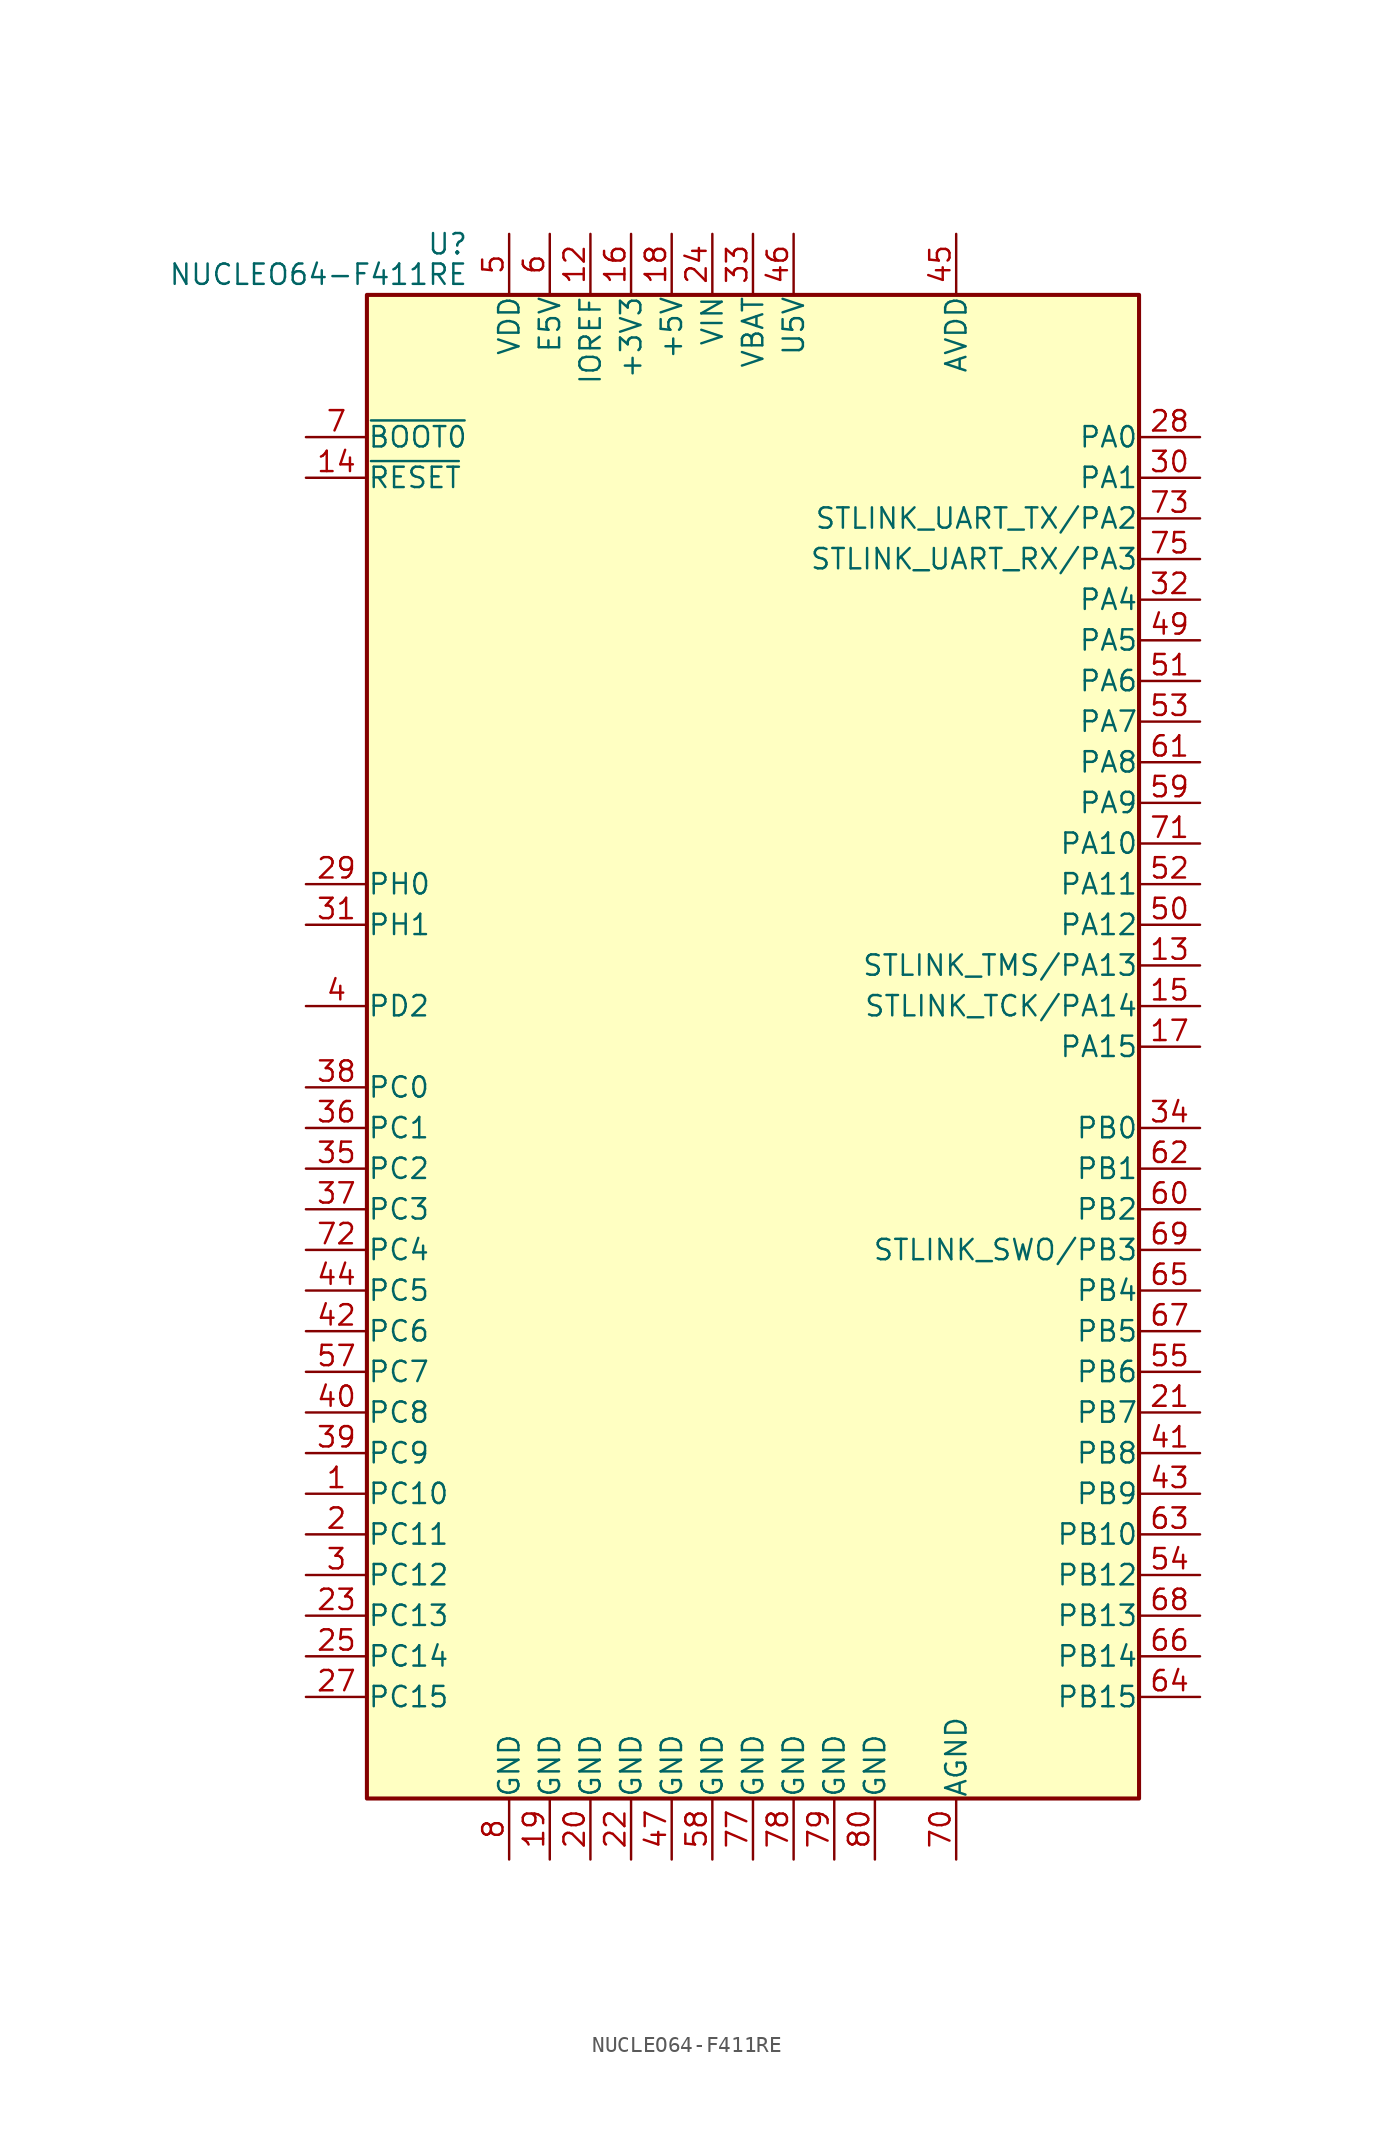
<source format=kicad_sym>
(kicad_symbol_lib
  (version 20201005)
  (generator kicad_symbol_editor)
  (symbol "NUCLEO64-F411RE"
    (pin_names
      (offset 0.025))
    (property "Reference" "U"
      (at -17.78 50.165 0)
      (effects (font (size 1.27 1.27)) (justify right)))
    (property "Value" "NUCLEO64-F411RE"
      (at -17.78 48.26 0)
      (effects (font (size 1.27 1.27)) (justify right)))
    (symbol "NUCLEO64-F411RE_0_1"
      (rectangle (start -24.13 -46.99) (end 24.13 46.99) (stroke (width 0.254)) (fill (type background))))
    (symbol "NUCLEO64-F411RE_1_1"
      (pin bidirectional line (at -27.94 -27.94 0) (length 3.81) (name "PC10" (effects (font (size 1.27 1.27)))) (number "1" (effects (font (size 1.27 1.27)))))
      (pin no_connect line (at -27.94 20.32 0) (length 3.81) hide (name "NC" (effects (font (size 1.27 1.27)))) (number "10" (effects (font (size 1.27 1.27)))))
      (pin no_connect line (at -27.94 15.24 0) (length 3.81) hide (name "NC" (effects (font (size 1.27 1.27)))) (number "11" (effects (font (size 1.27 1.27)))))
      (pin power_in line (at -10.16 50.8 270) (length 3.81) (name "IOREF" (effects (font (size 1.27 1.27)))) (number "12" (effects (font (size 1.27 1.27)))))
      (pin bidirectional line (at 27.94 5.08 180) (length 3.81) (name "STLINK_TMS/PA13" (effects (font (size 1.27 1.27)))) (number "13" (effects (font (size 1.27 1.27)))))
      (pin input line (at -27.94 35.56 0) (length 3.81) (name "~RESET" (effects (font (size 1.27 1.27)))) (number "14" (effects (font (size 1.27 1.27)))))
      (pin bidirectional line (at 27.94 2.54 180) (length 3.81) (name "STLINK_TCK/PA14" (effects (font (size 1.27 1.27)))) (number "15" (effects (font (size 1.27 1.27)))))
      (pin power_in line (at -7.62 50.8 270) (length 3.81) (name "+3V3" (effects (font (size 1.27 1.27)))) (number "16" (effects (font (size 1.27 1.27)))))
      (pin bidirectional line (at 27.94 0 180) (length 3.81) (name "PA15" (effects (font (size 1.27 1.27)))) (number "17" (effects (font (size 1.27 1.27)))))
      (pin power_in line (at -5.08 50.8 270) (length 3.81) (name "+5V" (effects (font (size 1.27 1.27)))) (number "18" (effects (font (size 1.27 1.27)))))
      (pin power_in line (at -12.7 -50.8 90) (length 3.81) (name "GND" (effects (font (size 1.27 1.27)))) (number "19" (effects (font (size 1.27 1.27)))))
      (pin bidirectional line (at -27.94 -30.48 0) (length 3.81) (name "PC11" (effects (font (size 1.27 1.27)))) (number "2" (effects (font (size 1.27 1.27)))))
      (pin power_in line (at -10.16 -50.8 90) (length 3.81) (name "GND" (effects (font (size 1.27 1.27)))) (number "20" (effects (font (size 1.27 1.27)))))
      (pin bidirectional line (at 27.94 -22.86 180) (length 3.81) (name "PB7" (effects (font (size 1.27 1.27)))) (number "21" (effects (font (size 1.27 1.27)))))
      (pin power_in line (at -7.62 -50.8 90) (length 3.81) (name "GND" (effects (font (size 1.27 1.27)))) (number "22" (effects (font (size 1.27 1.27)))))
      (pin bidirectional line (at -27.94 -35.56 0) (length 3.81) (name "PC13" (effects (font (size 1.27 1.27)))) (number "23" (effects (font (size 1.27 1.27)))))
      (pin power_in line (at -2.54 50.8 270) (length 3.81) (name "VIN" (effects (font (size 1.27 1.27)))) (number "24" (effects (font (size 1.27 1.27)))))
      (pin bidirectional line (at -27.94 -38.1 0) (length 3.81) (name "PC14" (effects (font (size 1.27 1.27)))) (number "25" (effects (font (size 1.27 1.27)))))
      (pin no_connect line (at -27.94 22.86 0) (length 3.81) hide (name "NC" (effects (font (size 1.27 1.27)))) (number "26" (effects (font (size 1.27 1.27)))))
      (pin bidirectional line (at -27.94 -40.64 0) (length 3.81) (name "PC15" (effects (font (size 1.27 1.27)))) (number "27" (effects (font (size 1.27 1.27)))))
      (pin bidirectional line (at 27.94 38.1 180) (length 3.81) (name "PA0" (effects (font (size 1.27 1.27)))) (number "28" (effects (font (size 1.27 1.27)))))
      (pin bidirectional line (at -27.94 10.16 0) (length 3.81) (name "PH0" (effects (font (size 1.27 1.27)))) (number "29" (effects (font (size 1.27 1.27)))))
      (pin bidirectional line (at -27.94 -33.02 0) (length 3.81) (name "PC12" (effects (font (size 1.27 1.27)))) (number "3" (effects (font (size 1.27 1.27)))))
      (pin bidirectional line (at 27.94 35.56 180) (length 3.81) (name "PA1" (effects (font (size 1.27 1.27)))) (number "30" (effects (font (size 1.27 1.27)))))
      (pin bidirectional line (at -27.94 7.62 0) (length 3.81) (name "PH1" (effects (font (size 1.27 1.27)))) (number "31" (effects (font (size 1.27 1.27)))))
      (pin bidirectional line (at 27.94 27.94 180) (length 3.81) (name "PA4" (effects (font (size 1.27 1.27)))) (number "32" (effects (font (size 1.27 1.27)))))
      (pin power_in line (at 0 50.8 270) (length 3.81) (name "VBAT" (effects (font (size 1.27 1.27)))) (number "33" (effects (font (size 1.27 1.27)))))
      (pin bidirectional line (at 27.94 -5.08 180) (length 3.81) (name "PB0" (effects (font (size 1.27 1.27)))) (number "34" (effects (font (size 1.27 1.27)))))
      (pin bidirectional line (at -27.94 -7.62 0) (length 3.81) (name "PC2" (effects (font (size 1.27 1.27)))) (number "35" (effects (font (size 1.27 1.27)))))
      (pin bidirectional line (at -27.94 -5.08 0) (length 3.81) (name "PC1" (effects (font (size 1.27 1.27)))) (number "36" (effects (font (size 1.27 1.27)))))
      (pin bidirectional line (at -27.94 -10.16 0) (length 3.81) (name "PC3" (effects (font (size 1.27 1.27)))) (number "37" (effects (font (size 1.27 1.27)))))
      (pin bidirectional line (at -27.94 -2.54 0) (length 3.81) (name "PC0" (effects (font (size 1.27 1.27)))) (number "38" (effects (font (size 1.27 1.27)))))
      (pin bidirectional line (at -27.94 -25.4 0) (length 3.81) (name "PC9" (effects (font (size 1.27 1.27)))) (number "39" (effects (font (size 1.27 1.27)))))
      (pin bidirectional line (at -27.94 2.54 0) (length 3.81) (name "PD2" (effects (font (size 1.27 1.27)))) (number "4" (effects (font (size 1.27 1.27)))))
      (pin bidirectional line (at -27.94 -22.86 0) (length 3.81) (name "PC8" (effects (font (size 1.27 1.27)))) (number "40" (effects (font (size 1.27 1.27)))))
      (pin bidirectional line (at 27.94 -25.4 180) (length 3.81) (name "PB8" (effects (font (size 1.27 1.27)))) (number "41" (effects (font (size 1.27 1.27)))))
      (pin bidirectional line (at -27.94 -17.78 0) (length 3.81) (name "PC6" (effects (font (size 1.27 1.27)))) (number "42" (effects (font (size 1.27 1.27)))))
      (pin bidirectional line (at 27.94 -27.94 180) (length 3.81) (name "PB9" (effects (font (size 1.27 1.27)))) (number "43" (effects (font (size 1.27 1.27)))))
      (pin bidirectional line (at -27.94 -15.24 0) (length 3.81) (name "PC5" (effects (font (size 1.27 1.27)))) (number "44" (effects (font (size 1.27 1.27)))))
      (pin power_in line (at 12.7 50.8 270) (length 3.81) (name "AVDD" (effects (font (size 1.27 1.27)))) (number "45" (effects (font (size 1.27 1.27)))))
      (pin power_in line (at 2.54 50.8 270) (length 3.81) (name "U5V" (effects (font (size 1.27 1.27)))) (number "46" (effects (font (size 1.27 1.27)))))
      (pin power_in line (at -5.08 -50.8 90) (length 3.81) (name "GND" (effects (font (size 1.27 1.27)))) (number "47" (effects (font (size 1.27 1.27)))))
      (pin no_connect line (at -27.94 25.4 0) (length 3.81) hide (name "NC" (effects (font (size 1.27 1.27)))) (number "48" (effects (font (size 1.27 1.27)))))
      (pin bidirectional line (at 27.94 25.4 180) (length 3.81) (name "PA5" (effects (font (size 1.27 1.27)))) (number "49" (effects (font (size 1.27 1.27)))))
      (pin power_in line (at -15.24 50.8 270) (length 3.81) (name "VDD" (effects (font (size 1.27 1.27)))) (number "5" (effects (font (size 1.27 1.27)))))
      (pin bidirectional line (at 27.94 7.62 180) (length 3.81) (name "PA12" (effects (font (size 1.27 1.27)))) (number "50" (effects (font (size 1.27 1.27)))))
      (pin bidirectional line (at 27.94 22.86 180) (length 3.81) (name "PA6" (effects (font (size 1.27 1.27)))) (number "51" (effects (font (size 1.27 1.27)))))
      (pin bidirectional line (at 27.94 10.16 180) (length 3.81) (name "PA11" (effects (font (size 1.27 1.27)))) (number "52" (effects (font (size 1.27 1.27)))))
      (pin bidirectional line (at 27.94 20.32 180) (length 3.81) (name "PA7" (effects (font (size 1.27 1.27)))) (number "53" (effects (font (size 1.27 1.27)))))
      (pin bidirectional line (at 27.94 -33.02 180) (length 3.81) (name "PB12" (effects (font (size 1.27 1.27)))) (number "54" (effects (font (size 1.27 1.27)))))
      (pin bidirectional line (at 27.94 -20.32 180) (length 3.81) (name "PB6" (effects (font (size 1.27 1.27)))) (number "55" (effects (font (size 1.27 1.27)))))
      (pin no_connect line (at -27.94 33.02 0) (length 3.81) hide (name "NC" (effects (font (size 1.27 1.27)))) (number "56" (effects (font (size 1.27 1.27)))))
      (pin bidirectional line (at -27.94 -20.32 0) (length 3.81) (name "PC7" (effects (font (size 1.27 1.27)))) (number "57" (effects (font (size 1.27 1.27)))))
      (pin power_in line (at -2.54 -50.8 90) (length 3.81) (name "GND" (effects (font (size 1.27 1.27)))) (number "58" (effects (font (size 1.27 1.27)))))
      (pin bidirectional line (at 27.94 15.24 180) (length 3.81) (name "PA9" (effects (font (size 1.27 1.27)))) (number "59" (effects (font (size 1.27 1.27)))))
      (pin power_in line (at -12.7 50.8 270) (length 3.81) (name "E5V" (effects (font (size 1.27 1.27)))) (number "6" (effects (font (size 1.27 1.27)))))
      (pin bidirectional line (at 27.94 -10.16 180) (length 3.81) (name "PB2" (effects (font (size 1.27 1.27)))) (number "60" (effects (font (size 1.27 1.27)))))
      (pin bidirectional line (at 27.94 17.78 180) (length 3.81) (name "PA8" (effects (font (size 1.27 1.27)))) (number "61" (effects (font (size 1.27 1.27)))))
      (pin bidirectional line (at 27.94 -7.62 180) (length 3.81) (name "PB1" (effects (font (size 1.27 1.27)))) (number "62" (effects (font (size 1.27 1.27)))))
      (pin bidirectional line (at 27.94 -30.48 180) (length 3.81) (name "PB10" (effects (font (size 1.27 1.27)))) (number "63" (effects (font (size 1.27 1.27)))))
      (pin bidirectional line (at 27.94 -40.64 180) (length 3.81) (name "PB15" (effects (font (size 1.27 1.27)))) (number "64" (effects (font (size 1.27 1.27)))))
      (pin bidirectional line (at 27.94 -15.24 180) (length 3.81) (name "PB4" (effects (font (size 1.27 1.27)))) (number "65" (effects (font (size 1.27 1.27)))))
      (pin bidirectional line (at 27.94 -38.1 180) (length 3.81) (name "PB14" (effects (font (size 1.27 1.27)))) (number "66" (effects (font (size 1.27 1.27)))))
      (pin bidirectional line (at 27.94 -17.78 180) (length 3.81) (name "PB5" (effects (font (size 1.27 1.27)))) (number "67" (effects (font (size 1.27 1.27)))))
      (pin bidirectional line (at 27.94 -35.56 180) (length 3.81) (name "PB13" (effects (font (size 1.27 1.27)))) (number "68" (effects (font (size 1.27 1.27)))))
      (pin bidirectional line (at 27.94 -12.7 180) (length 3.81) (name "STLINK_SWO/PB3" (effects (font (size 1.27 1.27)))) (number "69" (effects (font (size 1.27 1.27)))))
      (pin input line (at -27.94 38.1 0) (length 3.81) (name "~BOOT0" (effects (font (size 1.27 1.27)))) (number "7" (effects (font (size 1.27 1.27)))))
      (pin power_in line (at 12.7 -50.8 90) (length 3.81) (name "AGND" (effects (font (size 1.27 1.27)))) (number "70" (effects (font (size 1.27 1.27)))))
      (pin bidirectional line (at 27.94 12.7 180) (length 3.81) (name "PA10" (effects (font (size 1.27 1.27)))) (number "71" (effects (font (size 1.27 1.27)))))
      (pin bidirectional line (at -27.94 -12.7 0) (length 3.81) (name "PC4" (effects (font (size 1.27 1.27)))) (number "72" (effects (font (size 1.27 1.27)))))
      (pin bidirectional line (at 27.94 33.02 180) (length 3.81) (name "STLINK_UART_TX/PA2" (effects (font (size 1.27 1.27)))) (number "73" (effects (font (size 1.27 1.27)))))
      (pin no_connect line (at -27.94 30.48 0) (length 3.81) hide (name "NC" (effects (font (size 1.27 1.27)))) (number "74" (effects (font (size 1.27 1.27)))))
      (pin bidirectional line (at 27.94 30.48 180) (length 3.81) (name "STLINK_UART_RX/PA3" (effects (font (size 1.27 1.27)))) (number "75" (effects (font (size 1.27 1.27)))))
      (pin no_connect line (at -27.94 27.94 0) (length 3.81) hide (name "NC" (effects (font (size 1.27 1.27)))) (number "76" (effects (font (size 1.27 1.27)))))
      (pin power_in line (at 0 -50.8 90) (length 3.81) (name "GND" (effects (font (size 1.27 1.27)))) (number "77" (effects (font (size 1.27 1.27)))))
      (pin power_in line (at 2.54 -50.8 90) (length 3.81) (name "GND" (effects (font (size 1.27 1.27)))) (number "78" (effects (font (size 1.27 1.27)))))
      (pin power_in line (at 5.08 -50.8 90) (length 3.81) (name "GND" (effects (font (size 1.27 1.27)))) (number "79" (effects (font (size 1.27 1.27)))))
      (pin power_in line (at -15.24 -50.8 90) (length 3.81) (name "GND" (effects (font (size 1.27 1.27)))) (number "8" (effects (font (size 1.27 1.27)))))
      (pin power_in line (at 7.62 -50.8 90) (length 3.81) (name "GND" (effects (font (size 1.27 1.27)))) (number "80" (effects (font (size 1.27 1.27)))))
      (pin no_connect line (at -27.94 17.78 0) (length 3.81) hide (name "NC" (effects (font (size 1.27 1.27)))) (number "9" (effects (font (size 1.27 1.27))))))))
</source>
